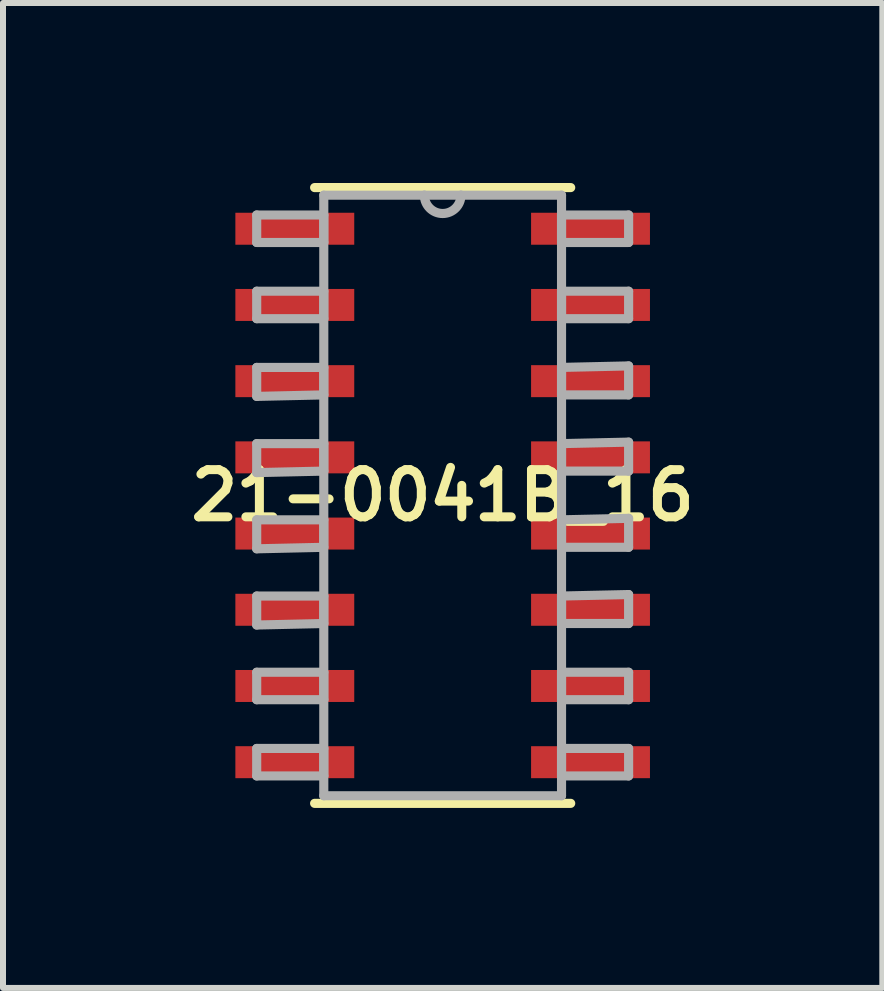
<source format=kicad_pcb>
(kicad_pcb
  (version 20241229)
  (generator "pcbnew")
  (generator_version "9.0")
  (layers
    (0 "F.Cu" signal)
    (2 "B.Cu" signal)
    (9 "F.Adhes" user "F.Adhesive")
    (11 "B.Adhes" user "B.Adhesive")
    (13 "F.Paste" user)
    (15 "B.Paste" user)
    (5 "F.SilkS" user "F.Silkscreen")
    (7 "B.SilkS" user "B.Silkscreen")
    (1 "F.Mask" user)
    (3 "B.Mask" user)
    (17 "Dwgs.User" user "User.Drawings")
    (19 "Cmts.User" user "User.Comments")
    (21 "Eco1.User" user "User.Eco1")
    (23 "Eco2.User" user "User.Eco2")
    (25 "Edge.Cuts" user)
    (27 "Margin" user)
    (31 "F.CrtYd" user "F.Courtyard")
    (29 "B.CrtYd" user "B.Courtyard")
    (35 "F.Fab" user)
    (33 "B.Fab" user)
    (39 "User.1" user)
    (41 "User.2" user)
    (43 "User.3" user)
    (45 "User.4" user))
  (footprint "21-0041B_16"
    (layer "F.Cu")
    (at 4.327 5.207)
    (property "Reference" "21-0041B_16" (at 0 0 0) (layer "F.SilkS") (effects (font (size 0.787 0.787) (thickness 0.15))))
    (attr smd)
    (fp_line (start -2.134 5.131) (end 2.134 5.131) (stroke (width 0.152) (type solid)) (layer "F.SilkS"))
    (fp_line (start 2.134 -5.131) (end -2.134 -5.131) (stroke (width 0.152) (type solid)) (layer "F.SilkS"))
    (fp_line (start -3.099 -4.674) (end -3.099 -4.216) (stroke (width 0.152) (type solid)) (layer "F.Fab"))
    (fp_line (start -3.099 -4.216) (end -1.981 -4.216) (stroke (width 0.152) (type solid)) (layer "F.Fab"))
    (fp_line (start -3.099 -3.404) (end -3.099 -2.946) (stroke (width 0.152) (type solid)) (layer "F.Fab"))
    (fp_line (start -3.099 -2.946) (end -1.981 -2.946) (stroke (width 0.152) (type solid)) (layer "F.Fab"))
    (fp_line (start -3.099 -2.134) (end -3.099 -1.651) (stroke (width 0.152) (type solid)) (layer "F.Fab"))
    (fp_line (start -3.099 -1.651) (end -1.981 -1.676) (stroke (width 0.152) (type solid)) (layer "F.Fab"))
    (fp_line (start -3.099 -0.864) (end -3.099 -0.381) (stroke (width 0.152) (type solid)) (layer "F.Fab"))
    (fp_line (start -3.099 -0.381) (end -1.981 -0.406) (stroke (width 0.152) (type solid)) (layer "F.Fab"))
    (fp_line (start -3.099 0.406) (end -3.099 0.889) (stroke (width 0.152) (type solid)) (layer "F.Fab"))
    (fp_line (start -3.099 0.889) (end -1.981 0.864) (stroke (width 0.152) (type solid)) (layer "F.Fab"))
    (fp_line (start -3.099 1.676) (end -3.099 2.159) (stroke (width 0.152) (type solid)) (layer "F.Fab"))
    (fp_line (start -3.099 2.159) (end -1.981 2.134) (stroke (width 0.152) (type solid)) (layer "F.Fab"))
    (fp_line (start -3.099 2.946) (end -3.099 3.404) (stroke (width 0.152) (type solid)) (layer "F.Fab"))
    (fp_line (start -3.099 3.404) (end -1.981 3.404) (stroke (width 0.152) (type solid)) (layer "F.Fab"))
    (fp_line (start -3.099 4.216) (end -3.099 4.674) (stroke (width 0.152) (type solid)) (layer "F.Fab"))
    (fp_line (start -3.099 4.674) (end -1.981 4.674) (stroke (width 0.152) (type solid)) (layer "F.Fab"))
    (fp_line (start -1.981 -5.004) (end -1.981 5.004) (stroke (width 0.152) (type solid)) (layer "F.Fab"))
    (fp_line (start -1.981 -4.674) (end -3.099 -4.674) (stroke (width 0.152) (type solid)) (layer "F.Fab"))
    (fp_line (start -1.981 -4.216) (end -1.981 -4.674) (stroke (width 0.152) (type solid)) (layer "F.Fab"))
    (fp_line (start -1.981 -3.404) (end -3.099 -3.404) (stroke (width 0.152) (type solid)) (layer "F.Fab"))
    (fp_line (start -1.981 -2.946) (end -1.981 -3.404) (stroke (width 0.152) (type solid)) (layer "F.Fab"))
    (fp_line (start -1.981 -2.134) (end -3.099 -2.134) (stroke (width 0.152) (type solid)) (layer "F.Fab"))
    (fp_line (start -1.981 -1.676) (end -1.981 -2.134) (stroke (width 0.152) (type solid)) (layer "F.Fab"))
    (fp_line (start -1.981 -0.864) (end -3.099 -0.864) (stroke (width 0.152) (type solid)) (layer "F.Fab"))
    (fp_line (start -1.981 -0.406) (end -1.981 -0.864) (stroke (width 0.152) (type solid)) (layer "F.Fab"))
    (fp_line (start -1.981 0.406) (end -3.099 0.406) (stroke (width 0.152) (type solid)) (layer "F.Fab"))
    (fp_line (start -1.981 0.864) (end -1.981 0.406) (stroke (width 0.152) (type solid)) (layer "F.Fab"))
    (fp_line (start -1.981 1.676) (end -3.099 1.676) (stroke (width 0.152) (type solid)) (layer "F.Fab"))
    (fp_line (start -1.981 2.134) (end -1.981 1.676) (stroke (width 0.152) (type solid)) (layer "F.Fab"))
    (fp_line (start -1.981 2.946) (end -3.099 2.946) (stroke (width 0.152) (type solid)) (layer "F.Fab"))
    (fp_line (start -1.981 3.404) (end -1.981 2.946) (stroke (width 0.152) (type solid)) (layer "F.Fab"))
    (fp_line (start -1.981 4.216) (end -3.099 4.216) (stroke (width 0.152) (type solid)) (layer "F.Fab"))
    (fp_line (start -1.981 4.674) (end -1.981 4.216) (stroke (width 0.152) (type solid)) (layer "F.Fab"))
    (fp_line (start -1.981 5.004) (end 1.981 5.004) (stroke (width 0.152) (type solid)) (layer "F.Fab"))
    (fp_line (start -0.305 -5.004) (end -1.981 -5.004) (stroke (width 0.152) (type solid)) (layer "F.Fab"))
    (fp_line (start 0.305 -5.004) (end -0.305 -5.004) (stroke (width 0.152) (type solid)) (layer "F.Fab"))
    (fp_line (start 1.981 -5.004) (end 0.305 -5.004) (stroke (width 0.152) (type solid)) (layer "F.Fab"))
    (fp_line (start 1.981 -4.674) (end 1.981 -4.216) (stroke (width 0.152) (type solid)) (layer "F.Fab"))
    (fp_line (start 1.981 -4.216) (end 3.099 -4.216) (stroke (width 0.152) (type solid)) (layer "F.Fab"))
    (fp_line (start 1.981 -3.404) (end 1.981 -2.946) (stroke (width 0.152) (type solid)) (layer "F.Fab"))
    (fp_line (start 1.981 -2.946) (end 3.099 -2.946) (stroke (width 0.152) (type solid)) (layer "F.Fab"))
    (fp_line (start 1.981 -2.134) (end 1.981 -1.676) (stroke (width 0.152) (type solid)) (layer "F.Fab"))
    (fp_line (start 1.981 -1.676) (end 3.099 -1.676) (stroke (width 0.152) (type solid)) (layer "F.Fab"))
    (fp_line (start 1.981 -0.864) (end 1.981 -0.406) (stroke (width 0.152) (type solid)) (layer "F.Fab"))
    (fp_line (start 1.981 -0.406) (end 3.099 -0.406) (stroke (width 0.152) (type solid)) (layer "F.Fab"))
    (fp_line (start 1.981 0.406) (end 1.981 0.864) (stroke (width 0.152) (type solid)) (layer "F.Fab"))
    (fp_line (start 1.981 0.864) (end 3.099 0.864) (stroke (width 0.152) (type solid)) (layer "F.Fab"))
    (fp_line (start 1.981 1.676) (end 1.981 2.134) (stroke (width 0.152) (type solid)) (layer "F.Fab"))
    (fp_line (start 1.981 2.134) (end 3.099 2.134) (stroke (width 0.152) (type solid)) (layer "F.Fab"))
    (fp_line (start 1.981 2.946) (end 1.981 3.404) (stroke (width 0.152) (type solid)) (layer "F.Fab"))
    (fp_line (start 1.981 3.404) (end 3.099 3.404) (stroke (width 0.152) (type solid)) (layer "F.Fab"))
    (fp_line (start 1.981 4.216) (end 1.981 4.674) (stroke (width 0.152) (type solid)) (layer "F.Fab"))
    (fp_line (start 1.981 4.674) (end 3.099 4.674) (stroke (width 0.152) (type solid)) (layer "F.Fab"))
    (fp_line (start 1.981 5.004) (end 1.981 -5.004) (stroke (width 0.152) (type solid)) (layer "F.Fab"))
    (fp_line (start 3.099 -4.674) (end 1.981 -4.674) (stroke (width 0.152) (type solid)) (layer "F.Fab"))
    (fp_line (start 3.099 -4.216) (end 3.099 -4.674) (stroke (width 0.152) (type solid)) (layer "F.Fab"))
    (fp_line (start 3.099 -3.404) (end 1.981 -3.404) (stroke (width 0.152) (type solid)) (layer "F.Fab"))
    (fp_line (start 3.099 -2.946) (end 3.099 -3.404) (stroke (width 0.152) (type solid)) (layer "F.Fab"))
    (fp_line (start 3.099 -2.159) (end 1.981 -2.134) (stroke (width 0.152) (type solid)) (layer "F.Fab"))
    (fp_line (start 3.099 -1.676) (end 3.099 -2.159) (stroke (width 0.152) (type solid)) (layer "F.Fab"))
    (fp_line (start 3.099 -0.889) (end 1.981 -0.864) (stroke (width 0.152) (type solid)) (layer "F.Fab"))
    (fp_line (start 3.099 -0.406) (end 3.099 -0.889) (stroke (width 0.152) (type solid)) (layer "F.Fab"))
    (fp_line (start 3.099 0.381) (end 1.981 0.406) (stroke (width 0.152) (type solid)) (layer "F.Fab"))
    (fp_line (start 3.099 0.864) (end 3.099 0.381) (stroke (width 0.152) (type solid)) (layer "F.Fab"))
    (fp_line (start 3.099 1.651) (end 1.981 1.676) (stroke (width 0.152) (type solid)) (layer "F.Fab"))
    (fp_line (start 3.099 2.134) (end 3.099 1.651) (stroke (width 0.152) (type solid)) (layer "F.Fab"))
    (fp_line (start 3.099 2.946) (end 1.981 2.946) (stroke (width 0.152) (type solid)) (layer "F.Fab"))
    (fp_line (start 3.099 3.404) (end 3.099 2.946) (stroke (width 0.152) (type solid)) (layer "F.Fab"))
    (fp_line (start 3.099 4.216) (end 1.981 4.216) (stroke (width 0.152) (type solid)) (layer "F.Fab"))
    (fp_line (start 3.099 4.674) (end 3.099 4.216) (stroke (width 0.152) (type solid)) (layer "F.Fab"))
    (fp_arc (start 0.3048 -5.0038) (mid 0 -4.699) (end -0.3048 -5.0038) (stroke (width 0.1524) (type solid)) (layer "F.Fab"))
    (pad "1" smd rect (at -2.464 -4.445) (size 1.981 0.533) (layers "F.Cu" "F.Mask" "F.Paste"))
    (pad "2" smd rect (at -2.464 -3.175) (size 1.981 0.533) (layers "F.Cu" "F.Mask" "F.Paste"))
    (pad "3" smd rect (at -2.464 -1.905) (size 1.981 0.533) (layers "F.Cu" "F.Mask" "F.Paste"))
    (pad "4" smd rect (at -2.464 -0.635) (size 1.981 0.533) (layers "F.Cu" "F.Mask" "F.Paste"))
    (pad "5" smd rect (at -2.464 0.635) (size 1.981 0.533) (layers "F.Cu" "F.Mask" "F.Paste"))
    (pad "6" smd rect (at -2.464 1.905) (size 1.981 0.533) (layers "F.Cu" "F.Mask" "F.Paste"))
    (pad "7" smd rect (at -2.464 3.175) (size 1.981 0.533) (layers "F.Cu" "F.Mask" "F.Paste"))
    (pad "8" smd rect (at -2.464 4.445) (size 1.981 0.533) (layers "F.Cu" "F.Mask" "F.Paste"))
    (pad "9" smd rect (at 2.464 4.445) (size 1.981 0.533) (layers "F.Cu" "F.Mask" "F.Paste"))
    (pad "10" smd rect (at 2.464 3.175) (size 1.981 0.533) (layers "F.Cu" "F.Mask" "F.Paste"))
    (pad "11" smd rect (at 2.464 1.905) (size 1.981 0.533) (layers "F.Cu" "F.Mask" "F.Paste"))
    (pad "12" smd rect (at 2.464 0.635) (size 1.981 0.533) (layers "F.Cu" "F.Mask" "F.Paste"))
    (pad "13" smd rect (at 2.464 -0.635) (size 1.981 0.533) (layers "F.Cu" "F.Mask" "F.Paste"))
    (pad "14" smd rect (at 2.464 -1.905) (size 1.981 0.533) (layers "F.Cu" "F.Mask" "F.Paste"))
    (pad "15" smd rect (at 2.464 -3.175) (size 1.981 0.533) (layers "F.Cu" "F.Mask" "F.Paste"))
    (pad "16" smd rect (at 2.464 -4.445) (size 1.981 0.533) (layers "F.Cu" "F.Mask" "F.Paste")))
  (gr_rect
    (start -3 -3)
    (end 11.654 13.414)
    (stroke (width 0.1) (type default))
    (fill no)
    (layer "Edge.Cuts")))
</source>
